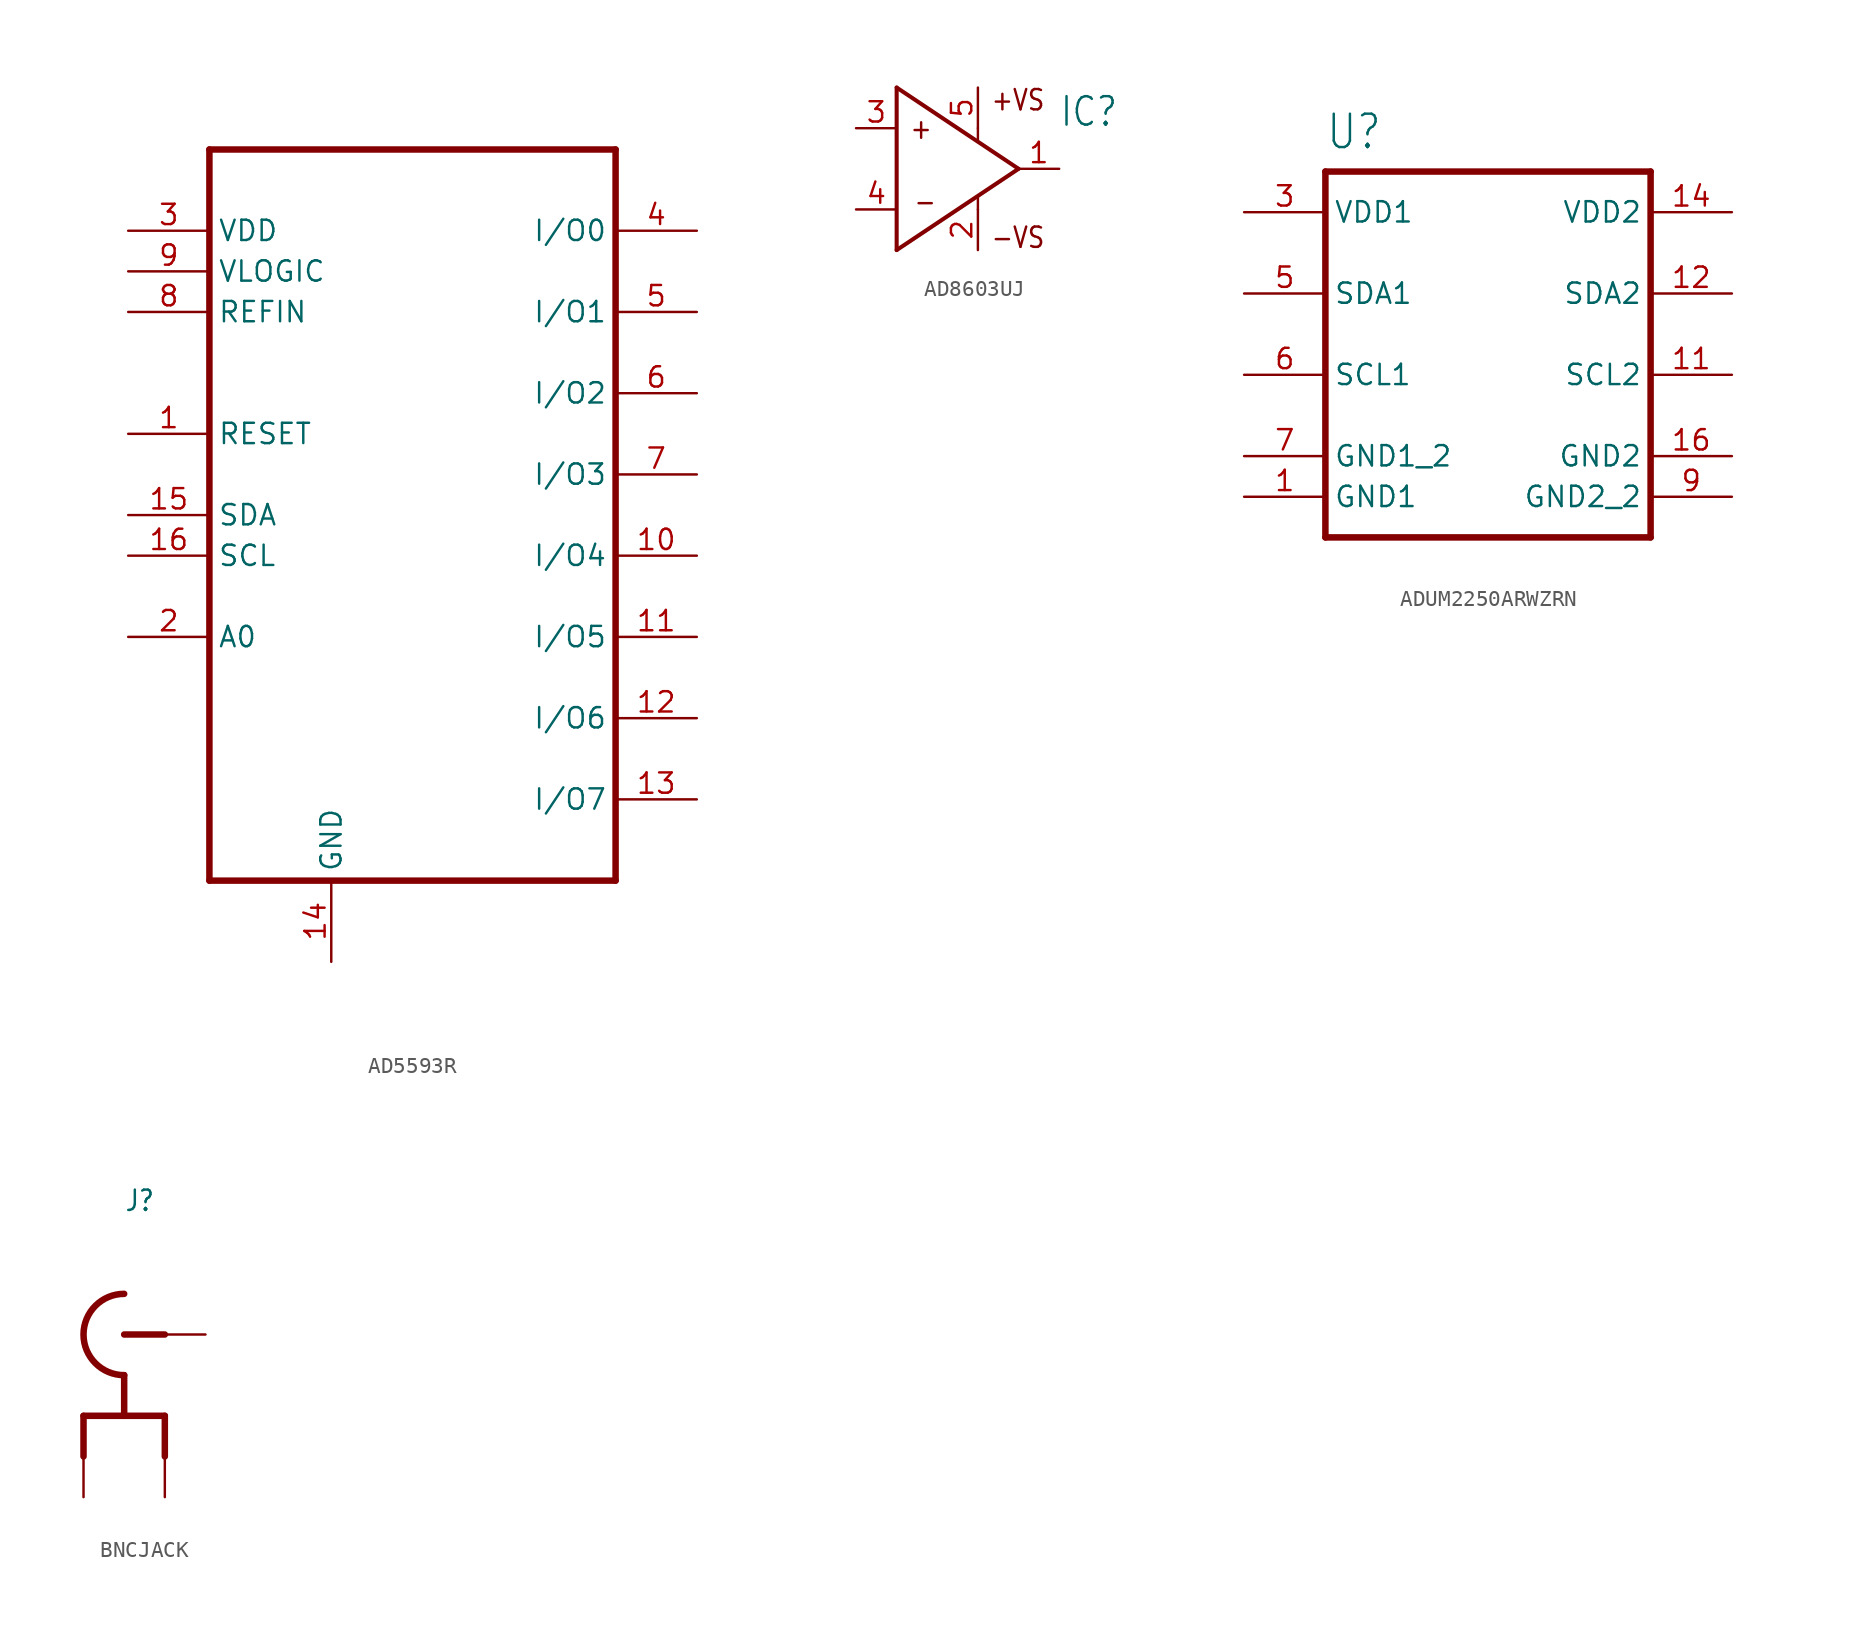
<source format=kicad_sym>
(kicad_symbol_lib
  (version 20231120)
  (generator "kicad_symbol_editor")
  (generator_version "8.0")
  (symbol "AD5593R"
    (property "Reference" ""
      (at -12.7 24.13 0)
      (effects (font (size 2.032 1.727)) (justify left bottom) (hide yes)))
    (property "Value" ""
      (at 1.27 -26.67 0)
      (effects (font (size 2.032 1.727)) (justify left bottom)))
    (property "ki_locked" ""
      (at 0 0 0)
      (effects (font (size 1.27 1.27))))
    (symbol "AD5593R_1_0"
      (polyline (pts (xy -12.7 -22.86) (xy 12.7 -22.86)) (stroke (width 0.406) (type solid)) (fill (type none)))
      (polyline (pts (xy -12.7 22.86) (xy -12.7 -22.86)) (stroke (width 0.406) (type solid)) (fill (type none)))
      (polyline (pts (xy 12.7 -22.86) (xy 12.7 22.86)) (stroke (width 0.406) (type solid)) (fill (type none)))
      (polyline (pts (xy 12.7 22.86) (xy -12.7 22.86)) (stroke (width 0.406) (type solid)) (fill (type none)))
      (pin input line (at -17.78 5.08 0) (length 5.08) (name "RESET" (effects (font (size 1.27 1.27)))) (number "1" (effects (font (size 1.27 1.27)))))
      (pin bidirectional line (at 17.78 -2.54 180) (length 5.08) (name "I/O4" (effects (font (size 1.27 1.27)))) (number "10" (effects (font (size 1.27 1.27)))))
      (pin bidirectional line (at 17.78 -7.62 180) (length 5.08) (name "I/O5" (effects (font (size 1.27 1.27)))) (number "11" (effects (font (size 1.27 1.27)))))
      (pin bidirectional line (at 17.78 -12.7 180) (length 5.08) (name "I/O6" (effects (font (size 1.27 1.27)))) (number "12" (effects (font (size 1.27 1.27)))))
      (pin bidirectional line (at 17.78 -17.78 180) (length 5.08) (name "I/O7" (effects (font (size 1.27 1.27)))) (number "13" (effects (font (size 1.27 1.27)))))
      (pin passive line (at -5.08 -27.94 90) (length 5.08) (name "GND" (effects (font (size 1.27 1.27)))) (number "14" (effects (font (size 1.27 1.27)))))
      (pin bidirectional line (at -17.78 0 0) (length 5.08) (name "SDA" (effects (font (size 1.27 1.27)))) (number "15" (effects (font (size 1.27 1.27)))))
      (pin input line (at -17.78 -2.54 0) (length 5.08) (name "SCL" (effects (font (size 1.27 1.27)))) (number "16" (effects (font (size 1.27 1.27)))))
      (pin input line (at -17.78 -7.62 0) (length 5.08) (name "A0" (effects (font (size 1.27 1.27)))) (number "2" (effects (font (size 1.27 1.27)))))
      (pin power_in line (at -17.78 17.78 0) (length 5.08) (name "VDD" (effects (font (size 1.27 1.27)))) (number "3" (effects (font (size 1.27 1.27)))))
      (pin bidirectional line (at 17.78 17.78 180) (length 5.08) (name "I/O0" (effects (font (size 1.27 1.27)))) (number "4" (effects (font (size 1.27 1.27)))))
      (pin bidirectional line (at 17.78 12.7 180) (length 5.08) (name "I/O1" (effects (font (size 1.27 1.27)))) (number "5" (effects (font (size 1.27 1.27)))))
      (pin bidirectional line (at 17.78 7.62 180) (length 5.08) (name "I/O2" (effects (font (size 1.27 1.27)))) (number "6" (effects (font (size 1.27 1.27)))))
      (pin bidirectional line (at 17.78 2.54 180) (length 5.08) (name "I/O3" (effects (font (size 1.27 1.27)))) (number "7" (effects (font (size 1.27 1.27)))))
      (pin input line (at -17.78 12.7 0) (length 5.08) (name "REFIN" (effects (font (size 1.27 1.27)))) (number "8" (effects (font (size 1.27 1.27)))))
      (pin power_in line (at -17.78 15.24 0) (length 5.08) (name "VLOGIC" (effects (font (size 1.27 1.27)))) (number "9" (effects (font (size 1.27 1.27)))))))
  (symbol "AD8603UJ"
    (property "Reference" "IC"
      (at 7.62 2.54 0)
      (effects (font (size 1.778 1.511)) (justify left bottom)))
    (property "Value" ""
      (at 7.62 -3.81 0)
      (effects (font (size 1.778 1.511)) (justify left bottom)))
    (property "ki_locked" ""
      (at 0 0 0)
      (effects (font (size 1.27 1.27))))
    (symbol "AD8603UJ_1_0"
      (polyline (pts (xy -2.54 -5.08) (xy 5.08 0)) (stroke (width 0.254) (type solid)) (fill (type none)))
      (polyline (pts (xy -2.54 5.08) (xy -2.54 -5.08)) (stroke (width 0.254) (type solid)) (fill (type none)))
      (polyline (pts (xy 2.54 -2.54) (xy 2.54 -1.778)) (stroke (width 0.152) (type solid)) (fill (type none)))
      (polyline (pts (xy 2.54 2.54) (xy 2.54 1.778)) (stroke (width 0.152) (type solid)) (fill (type none)))
      (polyline (pts (xy 5.08 0) (xy -2.54 5.08)) (stroke (width 0.254) (type solid)) (fill (type none)))
      (text "+" (at -1.778 1.778 0) (effects (font (size 1.27 1.079)) (justify left bottom)))
      (text "+VS" (at 3.302 3.556 0) (effects (font (size 1.27 1.079)) (justify left bottom)))
      (text "-" (at -1.524 -2.794 0) (effects (font (size 1.27 1.079)) (justify left bottom)))
      (text "-VS" (at 3.302 -3.556 0) (effects (font (size 1.27 1.079)) (justify left top)))
      (pin output line (at 7.62 0 180) (length 2.54) (name "OUT" (effects (font (size 0 0)))) (number "1" (effects (font (size 1.27 1.27)))))
      (pin input line (at 2.54 -5.08 90) (length 2.54) (name "-VS" (effects (font (size 0 0)))) (number "2" (effects (font (size 1.27 1.27)))))
      (pin input line (at -5.08 2.54 0) (length 2.54) (name "IN+" (effects (font (size 0 0)))) (number "3" (effects (font (size 1.27 1.27)))))
      (pin input line (at -5.08 -2.54 0) (length 2.54) (name "IN-" (effects (font (size 0 0)))) (number "4" (effects (font (size 1.27 1.27)))))
      (pin input line (at 2.54 5.08 270) (length 2.54) (name "+VS" (effects (font (size 0 0)))) (number "5" (effects (font (size 1.27 1.27)))))))
  (symbol "ADUM2250ARWZRN"
    (property "Reference" "U"
      (at -10.16 11.43 0)
      (effects (font (size 2.083 1.77)) (justify left bottom)))
    (property "Value" ""
      (at -3.81 11.43 0)
      (effects (font (size 2.083 1.77)) (justify left bottom)))
    (property "ki_locked" ""
      (at 0 0 0)
      (effects (font (size 1.27 1.27))))
    (symbol "ADUM2250ARWZRN_1_0"
      (polyline (pts (xy -10.16 -12.7) (xy 10.16 -12.7)) (stroke (width 0.406) (type solid)) (fill (type none)))
      (polyline (pts (xy -10.16 10.16) (xy -10.16 -12.7)) (stroke (width 0.406) (type solid)) (fill (type none)))
      (polyline (pts (xy 10.16 -12.7) (xy 10.16 10.16)) (stroke (width 0.406) (type solid)) (fill (type none)))
      (polyline (pts (xy 10.16 10.16) (xy -10.16 10.16)) (stroke (width 0.406) (type solid)) (fill (type none)))
      (pin passive line (at -15.24 -10.16 0) (length 5.08) (name "GND1" (effects (font (size 1.27 1.27)))) (number "1" (effects (font (size 1.27 1.27)))))
      (pin bidirectional line (at 15.24 -2.54 180) (length 5.08) (name "SCL2" (effects (font (size 1.27 1.27)))) (number "11" (effects (font (size 1.27 1.27)))))
      (pin bidirectional line (at 15.24 2.54 180) (length 5.08) (name "SDA2" (effects (font (size 1.27 1.27)))) (number "12" (effects (font (size 1.27 1.27)))))
      (pin power_in line (at 15.24 7.62 180) (length 5.08) (name "VDD2" (effects (font (size 1.27 1.27)))) (number "14" (effects (font (size 1.27 1.27)))))
      (pin passive line (at 15.24 -7.62 180) (length 5.08) (name "GND2" (effects (font (size 1.27 1.27)))) (number "16" (effects (font (size 1.27 1.27)))))
      (pin power_in line (at -15.24 7.62 0) (length 5.08) (name "VDD1" (effects (font (size 1.27 1.27)))) (number "3" (effects (font (size 1.27 1.27)))))
      (pin bidirectional line (at -15.24 2.54 0) (length 5.08) (name "SDA1" (effects (font (size 1.27 1.27)))) (number "5" (effects (font (size 1.27 1.27)))))
      (pin bidirectional line (at -15.24 -2.54 0) (length 5.08) (name "SCL1" (effects (font (size 1.27 1.27)))) (number "6" (effects (font (size 1.27 1.27)))))
      (pin passive line (at -15.24 -7.62 0) (length 5.08) (name "GND1_2" (effects (font (size 1.27 1.27)))) (number "7" (effects (font (size 1.27 1.27)))))
      (pin passive line (at 15.24 -10.16 180) (length 5.08) (name "GND2_2" (effects (font (size 1.27 1.27)))) (number "9" (effects (font (size 1.27 1.27)))))))
  (symbol "BNCJACK"
    (property "Reference" "J"
      (at 0 7.62 0)
      (effects (font (size 1.27 1.079)) (justify left bottom)))
    (property "Value" ""
      (at 0 5.08 0)
      (effects (font (size 1.27 1.079)) (justify left bottom)))
    (property "ki_locked" ""
      (at 0 0 0)
      (effects (font (size 1.27 1.27))))
    (symbol "BNCJACK_1_0"
      (polyline (pts (xy -2.54 -5.08) (xy -2.54 -7.62)) (stroke (width 0.406) (type solid)) (fill (type none)))
      (polyline (pts (xy -2.54 -5.08) (xy 2.54 -5.08)) (stroke (width 0.406) (type solid)) (fill (type none)))
      (polyline (pts (xy 0 -2.54) (xy 0 -5.08)) (stroke (width 0.406) (type solid)) (fill (type none)))
      (polyline (pts (xy 0 0) (xy 2.54 0)) (stroke (width 0.406) (type solid)) (fill (type none)))
      (polyline (pts (xy 2.54 -5.08) (xy 2.54 -7.62)) (stroke (width 0.406) (type solid)) (fill (type none)))
      (arc (start 0 2.54) (mid -2.54 0) (end 0 -2.54) (stroke (width 0.4064) (type solid)) (fill (type none)))
      (pin bidirectional line (at 5.08 0 180) (length 2.54) (name "P$1" (effects (font (size 0 0)))) (number "1" (effects (font (size 0 0)))))
      (pin bidirectional line (at -2.54 -10.16 90) (length 2.54) (name "P$2" (effects (font (size 0 0)))) (number "2" (effects (font (size 0 0)))))
      (pin bidirectional line (at 2.54 -10.16 90) (length 2.54) (name "P$3" (effects (font (size 0 0)))) (number "3" (effects (font (size 0 0))))))))
</source>
